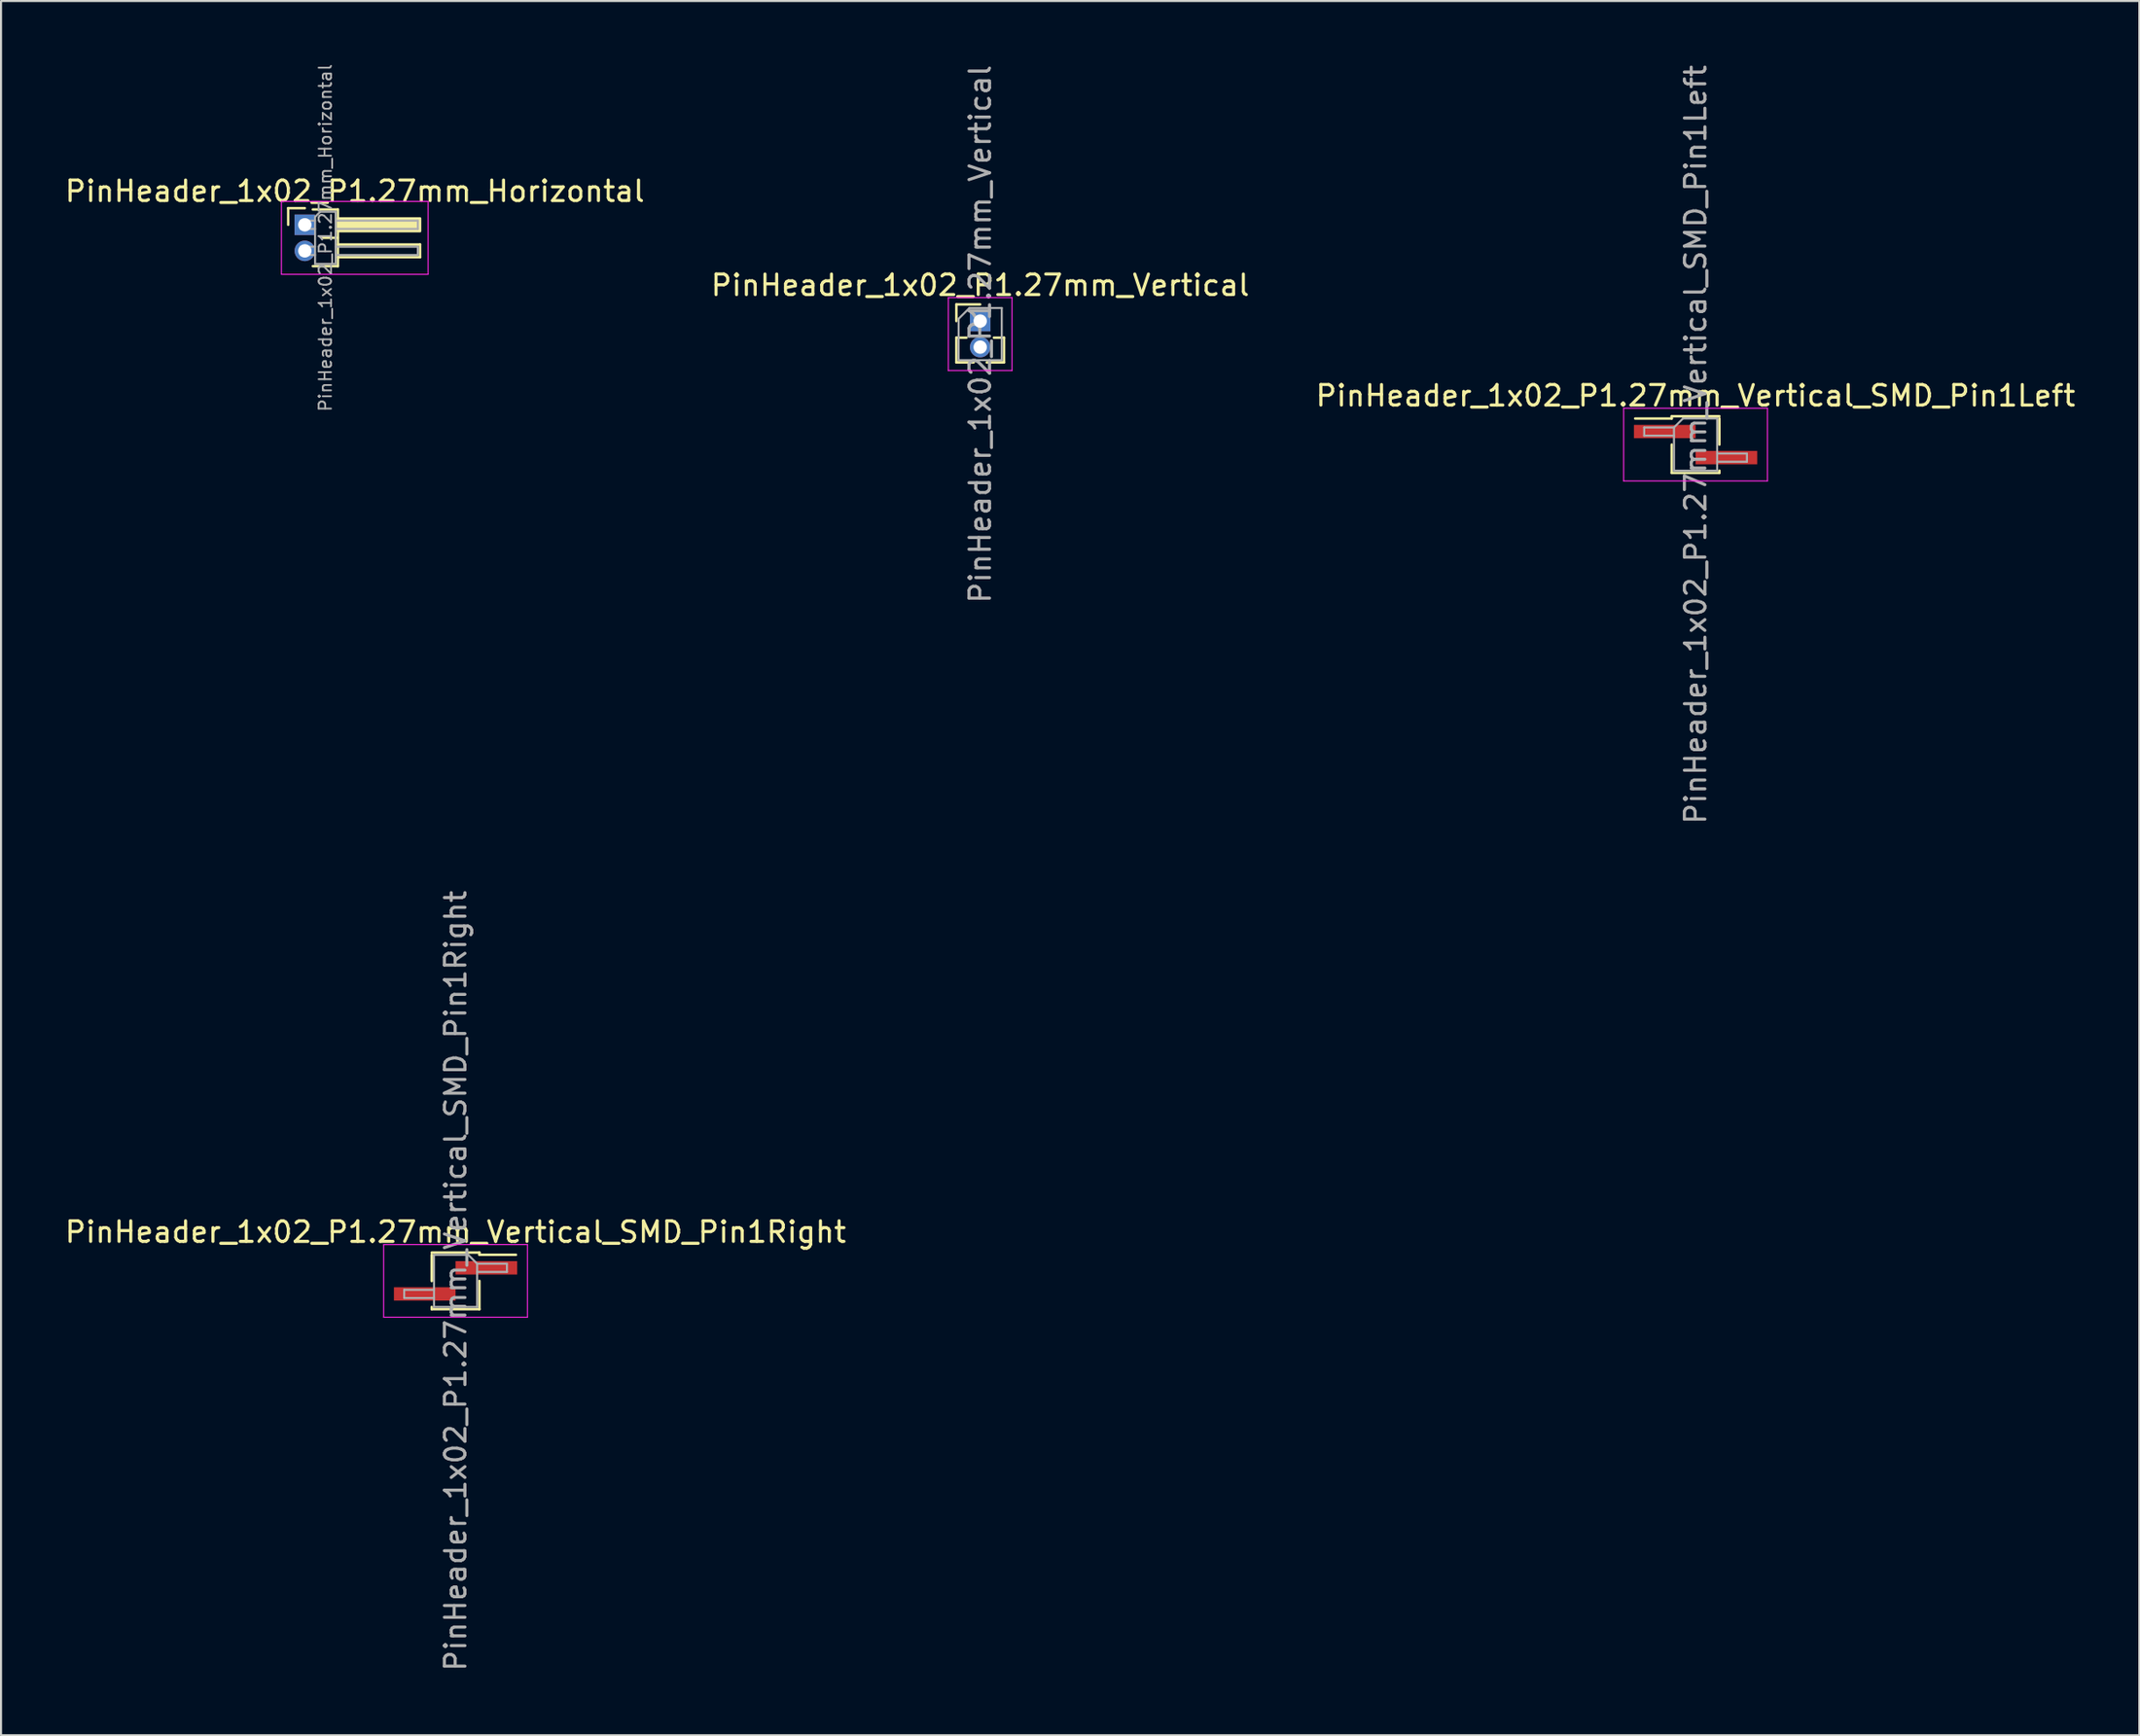
<source format=kicad_pcb>
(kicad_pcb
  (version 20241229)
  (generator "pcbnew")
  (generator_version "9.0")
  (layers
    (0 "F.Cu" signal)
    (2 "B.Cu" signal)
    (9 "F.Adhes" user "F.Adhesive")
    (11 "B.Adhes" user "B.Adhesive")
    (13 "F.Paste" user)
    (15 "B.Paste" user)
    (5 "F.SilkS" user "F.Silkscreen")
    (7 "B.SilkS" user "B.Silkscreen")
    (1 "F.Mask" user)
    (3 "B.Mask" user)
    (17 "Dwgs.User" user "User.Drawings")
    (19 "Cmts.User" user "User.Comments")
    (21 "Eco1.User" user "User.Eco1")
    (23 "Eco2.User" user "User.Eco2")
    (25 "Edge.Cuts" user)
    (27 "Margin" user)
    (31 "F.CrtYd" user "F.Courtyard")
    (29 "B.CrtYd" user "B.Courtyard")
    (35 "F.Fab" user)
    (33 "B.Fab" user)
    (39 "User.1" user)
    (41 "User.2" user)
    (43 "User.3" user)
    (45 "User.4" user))
  (footprint "PinHeader_1x02_P1.27mm_Vertical"
    (layer "F.Cu")
    (at 44.661 12.585)
    (property "Reference" "PinHeader_1x02_P1.27mm_Vertical" (at 0 -1.745 0) (layer "F.SilkS") (effects (font (size 1 1) (thickness 0.15))))
    (attr through_hole)
    (fp_line (start -1.16 -0.81) (end 0 -0.81) (stroke (width 0.12) (type solid)) (layer "F.SilkS"))
    (fp_line (start -1.16 0) (end -1.16 -0.81) (stroke (width 0.12) (type solid)) (layer "F.SilkS"))
    (fp_line (start -1.16 0.81) (end -1.16 2.015) (stroke (width 0.12) (type solid)) (layer "F.SilkS"))
    (fp_line (start -1.16 0.81) (end -0.667 0.81) (stroke (width 0.12) (type solid)) (layer "F.SilkS"))
    (fp_line (start -1.16 2.015) (end -0.318 2.015) (stroke (width 0.12) (type solid)) (layer "F.SilkS"))
    (fp_line (start 0.318 2.015) (end 1.16 2.015) (stroke (width 0.12) (type solid)) (layer "F.SilkS"))
    (fp_line (start 0.667 0.81) (end 1.16 0.81) (stroke (width 0.12) (type solid)) (layer "F.SilkS"))
    (fp_line (start 1.16 0.81) (end 1.16 2.015) (stroke (width 0.12) (type solid)) (layer "F.SilkS"))
    (fp_line (start -1.55 -1.14) (end -1.55 2.41) (stroke (width 0.05) (type solid)) (layer "F.CrtYd"))
    (fp_line (start -1.55 2.41) (end 1.55 2.41) (stroke (width 0.05) (type solid)) (layer "F.CrtYd"))
    (fp_line (start 1.55 -1.14) (end -1.55 -1.14) (stroke (width 0.05) (type solid)) (layer "F.CrtYd"))
    (fp_line (start 1.55 2.41) (end 1.55 -1.14) (stroke (width 0.05) (type solid)) (layer "F.CrtYd"))
    (fp_line (start -1.05 -0.11) (end -0.525 -0.635) (stroke (width 0.1) (type solid)) (layer "F.Fab"))
    (fp_line (start -1.05 1.905) (end -1.05 -0.11) (stroke (width 0.1) (type solid)) (layer "F.Fab"))
    (fp_line (start -0.525 -0.635) (end 1.05 -0.635) (stroke (width 0.1) (type solid)) (layer "F.Fab"))
    (fp_line (start 1.05 -0.635) (end 1.05 1.905) (stroke (width 0.1) (type solid)) (layer "F.Fab"))
    (fp_line (start 1.05 1.905) (end -1.05 1.905) (stroke (width 0.1) (type solid)) (layer "F.Fab"))
    (fp_text user "${REFERENCE}" (at 0 0.635 90) (layer "F.Fab") (effects (font (size 1 1) (thickness 0.15))))
    (pad "1" thru_hole rect (at 0 0) (size 1 1) (drill 0.65) (layers "*.Cu" "*.Mask"))
    (pad "2" thru_hole circle (at 0 1.27) (size 1 1) (drill 0.65) (layers "*.Cu" "*.Mask")))
  (footprint "PinHeader_1x02_P1.27mm_Vertical_SMD_Pin1Right"
    (layer "F.Cu")
    (at 19.125 59.327)
    (property "Reference" "PinHeader_1x02_P1.27mm_Vertical_SMD_Pin1Right" (at 0 -2.38 0) (layer "F.SilkS") (effects (font (size 1 1) (thickness 0.15))))
    (attr smd)
    (fp_line (start -1.16 -1.38) (end 1.16 -1.38) (stroke (width 0.12) (type solid)) (layer "F.SilkS"))
    (fp_line (start -1.16 -1.27) (end -1.16 0) (stroke (width 0.12) (type solid)) (layer "F.SilkS"))
    (fp_line (start -1.16 -1.27) (end -1.16 0) (stroke (width 0.12) (type solid)) (layer "F.SilkS"))
    (fp_line (start -1.16 1.27) (end -1.16 1.38) (stroke (width 0.12) (type solid)) (layer "F.SilkS"))
    (fp_line (start -1.16 1.38) (end 1.16 1.38) (stroke (width 0.12) (type solid)) (layer "F.SilkS"))
    (fp_line (start 1.16 -1.38) (end 1.16 -1.27) (stroke (width 0.12) (type solid)) (layer "F.SilkS"))
    (fp_line (start 1.16 -1.27) (end 2.94 -1.27) (stroke (width 0.12) (type solid)) (layer "F.SilkS"))
    (fp_line (start 1.16 0) (end 1.16 1.38) (stroke (width 0.12) (type solid)) (layer "F.SilkS"))
    (fp_line (start -3.5 -1.77) (end -3.5 1.77) (stroke (width 0.05) (type solid)) (layer "F.CrtYd"))
    (fp_line (start -3.5 1.77) (end 3.5 1.77) (stroke (width 0.05) (type solid)) (layer "F.CrtYd"))
    (fp_line (start 3.5 -1.77) (end -3.5 -1.77) (stroke (width 0.05) (type solid)) (layer "F.CrtYd"))
    (fp_line (start 3.5 1.77) (end 3.5 -1.77) (stroke (width 0.05) (type solid)) (layer "F.CrtYd"))
    (fp_line (start -2.5 0.435) (end -2.5 0.835) (stroke (width 0.1) (type solid)) (layer "F.Fab"))
    (fp_line (start -2.5 0.835) (end -1.05 0.835) (stroke (width 0.1) (type solid)) (layer "F.Fab"))
    (fp_line (start -1.05 -1.27) (end -1.05 1.27) (stroke (width 0.1) (type solid)) (layer "F.Fab"))
    (fp_line (start -1.05 -1.27) (end 0.615 -1.27) (stroke (width 0.1) (type solid)) (layer "F.Fab"))
    (fp_line (start -1.05 0.435) (end -2.5 0.435) (stroke (width 0.1) (type solid)) (layer "F.Fab"))
    (fp_line (start 1.05 -0.835) (end 0.615 -1.27) (stroke (width 0.1) (type solid)) (layer "F.Fab"))
    (fp_line (start 1.05 -0.835) (end 2.5 -0.835) (stroke (width 0.1) (type solid)) (layer "F.Fab"))
    (fp_line (start 1.05 1.27) (end -1.05 1.27) (stroke (width 0.1) (type solid)) (layer "F.Fab"))
    (fp_line (start 1.05 1.27) (end 1.05 -0.835) (stroke (width 0.1) (type solid)) (layer "F.Fab"))
    (fp_line (start 2.5 -0.835) (end 2.5 -0.435) (stroke (width 0.1) (type solid)) (layer "F.Fab"))
    (fp_line (start 2.5 -0.435) (end 1.05 -0.435) (stroke (width 0.1) (type solid)) (layer "F.Fab"))
    (fp_text user "${REFERENCE}" (at 0 0 90) (layer "F.Fab") (effects (font (size 1 1) (thickness 0.15))))
    (pad "1" smd rect (at 1.5 -0.635) (size 3 0.65) (layers "F.Cu" "F.Mask" "F.Paste"))
    (pad "2" smd rect (at -1.5 0.635) (size 3 0.65) (layers "F.Cu" "F.Mask" "F.Paste")))
  (footprint "PinHeader_1x02_P1.27mm_Horizontal"
    (layer "F.Cu")
    (at 11.788 7.897)
    (property "Reference" "PinHeader_1x02_P1.27mm_Horizontal" (at 2.433 -1.635 0) (layer "F.SilkS") (effects (font (size 1 1) (thickness 0.15))))
    (attr through_hole)
    (fp_line (start -0.81 -0.81) (end 0 -0.81) (stroke (width 0.12) (type solid)) (layer "F.SilkS"))
    (fp_line (start -0.81 0) (end -0.81 -0.81) (stroke (width 0.12) (type solid)) (layer "F.SilkS"))
    (fp_line (start 0.39 -0.745) (end 1.61 -0.745) (stroke (width 0.12) (type solid)) (layer "F.SilkS"))
    (fp_line (start 0.81 0.635) (end 1.61 0.635) (stroke (width 0.12) (type solid)) (layer "F.SilkS"))
    (fp_line (start 1.61 -0.745) (end 1.61 2.015) (stroke (width 0.12) (type solid)) (layer "F.SilkS"))
    (fp_line (start 1.61 0.96) (end 5.61 0.96) (stroke (width 0.12) (type solid)) (layer "F.SilkS"))
    (fp_line (start 1.61 2.015) (end 0.39 2.015) (stroke (width 0.12) (type solid)) (layer "F.SilkS"))
    (fp_line (start 5.61 0.96) (end 5.61 1.58) (stroke (width 0.12) (type solid)) (layer "F.SilkS"))
    (fp_line (start 5.61 1.58) (end 1.61 1.58) (stroke (width 0.12) (type solid)) (layer "F.SilkS"))
    (fp_rect (start 1.61 -0.31) (end 5.61 0.31) (stroke (width 0.12) (type solid)) (fill yes) (layer "F.SilkS"))
    (fp_line (start -1.14 -1.14) (end -1.14 2.41) (stroke (width 0.05) (type solid)) (layer "F.CrtYd"))
    (fp_line (start -1.14 2.41) (end 6 2.41) (stroke (width 0.05) (type solid)) (layer "F.CrtYd"))
    (fp_line (start 6 -1.14) (end -1.14 -1.14) (stroke (width 0.05) (type solid)) (layer "F.CrtYd"))
    (fp_line (start 6 2.41) (end 6 -1.14) (stroke (width 0.05) (type solid)) (layer "F.CrtYd"))
    (fp_line (start -0.2 -0.2) (end -0.2 0.2) (stroke (width 0.1) (type solid)) (layer "F.Fab"))
    (fp_line (start -0.2 -0.2) (end 0.5 -0.2) (stroke (width 0.1) (type solid)) (layer "F.Fab"))
    (fp_line (start -0.2 0.2) (end 0.5 0.2) (stroke (width 0.1) (type solid)) (layer "F.Fab"))
    (fp_line (start -0.2 1.07) (end -0.2 1.47) (stroke (width 0.1) (type solid)) (layer "F.Fab"))
    (fp_line (start -0.2 1.07) (end 0.5 1.07) (stroke (width 0.1) (type solid)) (layer "F.Fab"))
    (fp_line (start -0.2 1.47) (end 0.5 1.47) (stroke (width 0.1) (type solid)) (layer "F.Fab"))
    (fp_line (start 0.5 -0.385) (end 0.75 -0.635) (stroke (width 0.1) (type solid)) (layer "F.Fab"))
    (fp_line (start 0.5 1.905) (end 0.5 -0.385) (stroke (width 0.1) (type solid)) (layer "F.Fab"))
    (fp_line (start 0.75 -0.635) (end 1.5 -0.635) (stroke (width 0.1) (type solid)) (layer "F.Fab"))
    (fp_line (start 1.5 -0.635) (end 1.5 1.905) (stroke (width 0.1) (type solid)) (layer "F.Fab"))
    (fp_line (start 1.5 -0.2) (end 5.5 -0.2) (stroke (width 0.1) (type solid)) (layer "F.Fab"))
    (fp_line (start 1.5 0.2) (end 5.5 0.2) (stroke (width 0.1) (type solid)) (layer "F.Fab"))
    (fp_line (start 1.5 1.07) (end 5.5 1.07) (stroke (width 0.1) (type solid)) (layer "F.Fab"))
    (fp_line (start 1.5 1.47) (end 5.5 1.47) (stroke (width 0.1) (type solid)) (layer "F.Fab"))
    (fp_line (start 1.5 1.905) (end 0.5 1.905) (stroke (width 0.1) (type solid)) (layer "F.Fab"))
    (fp_line (start 5.5 -0.2) (end 5.5 0.2) (stroke (width 0.1) (type solid)) (layer "F.Fab"))
    (fp_line (start 5.5 1.07) (end 5.5 1.47) (stroke (width 0.1) (type solid)) (layer "F.Fab"))
    (fp_text user "${REFERENCE}" (at 1 0.635 90) (layer "F.Fab") (effects (font (size 0.6 0.6) (thickness 0.09))))
    (pad "1" thru_hole rect (at 0 0) (size 1 1) (drill 0.65) (layers "*.Cu" "*.Mask"))
    (pad "2" thru_hole circle (at 0 1.27) (size 1 1) (drill 0.65) (layers "*.Cu" "*.Mask")))
  (footprint "PinHeader_1x02_P1.27mm_Vertical_SMD_Pin1Left"
    (layer "F.Cu")
    (at 79.482 18.601)
    (property "Reference" "PinHeader_1x02_P1.27mm_Vertical_SMD_Pin1Left" (at 0 -2.38 0) (layer "F.SilkS") (effects (font (size 1 1) (thickness 0.15))))
    (attr smd)
    (fp_line (start -1.16 -1.38) (end -1.16 -1.27) (stroke (width 0.12) (type solid)) (layer "F.SilkS"))
    (fp_line (start -1.16 -1.38) (end 1.16 -1.38) (stroke (width 0.12) (type solid)) (layer "F.SilkS"))
    (fp_line (start -1.16 -1.27) (end -2.94 -1.27) (stroke (width 0.12) (type solid)) (layer "F.SilkS"))
    (fp_line (start -1.16 0) (end -1.16 1.38) (stroke (width 0.12) (type solid)) (layer "F.SilkS"))
    (fp_line (start -1.16 1.38) (end 1.16 1.38) (stroke (width 0.12) (type solid)) (layer "F.SilkS"))
    (fp_line (start 1.16 -1.27) (end 1.16 0) (stroke (width 0.12) (type solid)) (layer "F.SilkS"))
    (fp_line (start 1.16 1.27) (end 1.16 1.38) (stroke (width 0.12) (type solid)) (layer "F.SilkS"))
    (fp_line (start -3.5 -1.77) (end -3.5 1.77) (stroke (width 0.05) (type solid)) (layer "F.CrtYd"))
    (fp_line (start -3.5 1.77) (end 3.5 1.77) (stroke (width 0.05) (type solid)) (layer "F.CrtYd"))
    (fp_line (start 3.5 -1.77) (end -3.5 -1.77) (stroke (width 0.05) (type solid)) (layer "F.CrtYd"))
    (fp_line (start 3.5 1.77) (end 3.5 -1.77) (stroke (width 0.05) (type solid)) (layer "F.CrtYd"))
    (fp_line (start -2.5 -0.835) (end -2.5 -0.435) (stroke (width 0.1) (type solid)) (layer "F.Fab"))
    (fp_line (start -2.5 -0.435) (end -1.05 -0.435) (stroke (width 0.1) (type solid)) (layer "F.Fab"))
    (fp_line (start -1.05 -0.835) (end -2.5 -0.835) (stroke (width 0.1) (type solid)) (layer "F.Fab"))
    (fp_line (start -1.05 -0.835) (end -0.615 -1.27) (stroke (width 0.1) (type solid)) (layer "F.Fab"))
    (fp_line (start -1.05 1.27) (end -1.05 -0.835) (stroke (width 0.1) (type solid)) (layer "F.Fab"))
    (fp_line (start -0.615 -1.27) (end 1.05 -1.27) (stroke (width 0.1) (type solid)) (layer "F.Fab"))
    (fp_line (start 1.05 -1.27) (end 1.05 1.27) (stroke (width 0.1) (type solid)) (layer "F.Fab"))
    (fp_line (start 1.05 0.435) (end 2.5 0.435) (stroke (width 0.1) (type solid)) (layer "F.Fab"))
    (fp_line (start 1.05 1.27) (end -1.05 1.27) (stroke (width 0.1) (type solid)) (layer "F.Fab"))
    (fp_line (start 2.5 0.435) (end 2.5 0.835) (stroke (width 0.1) (type solid)) (layer "F.Fab"))
    (fp_line (start 2.5 0.835) (end 1.05 0.835) (stroke (width 0.1) (type solid)) (layer "F.Fab"))
    (fp_text user "${REFERENCE}" (at 0 0 90) (layer "F.Fab") (effects (font (size 1 1) (thickness 0.15))))
    (pad "1" smd rect (at -1.5 -0.635) (size 3 0.65) (layers "F.Cu" "F.Mask" "F.Paste"))
    (pad "2" smd rect (at 1.5 0.635) (size 3 0.65) (layers "F.Cu" "F.Mask" "F.Paste")))
  (gr_rect
    (start -3 -3)
    (end 101.083 81.452)
    (stroke (width 0.1) (type default))
    (fill no)
    (layer "Edge.Cuts")))
</source>
